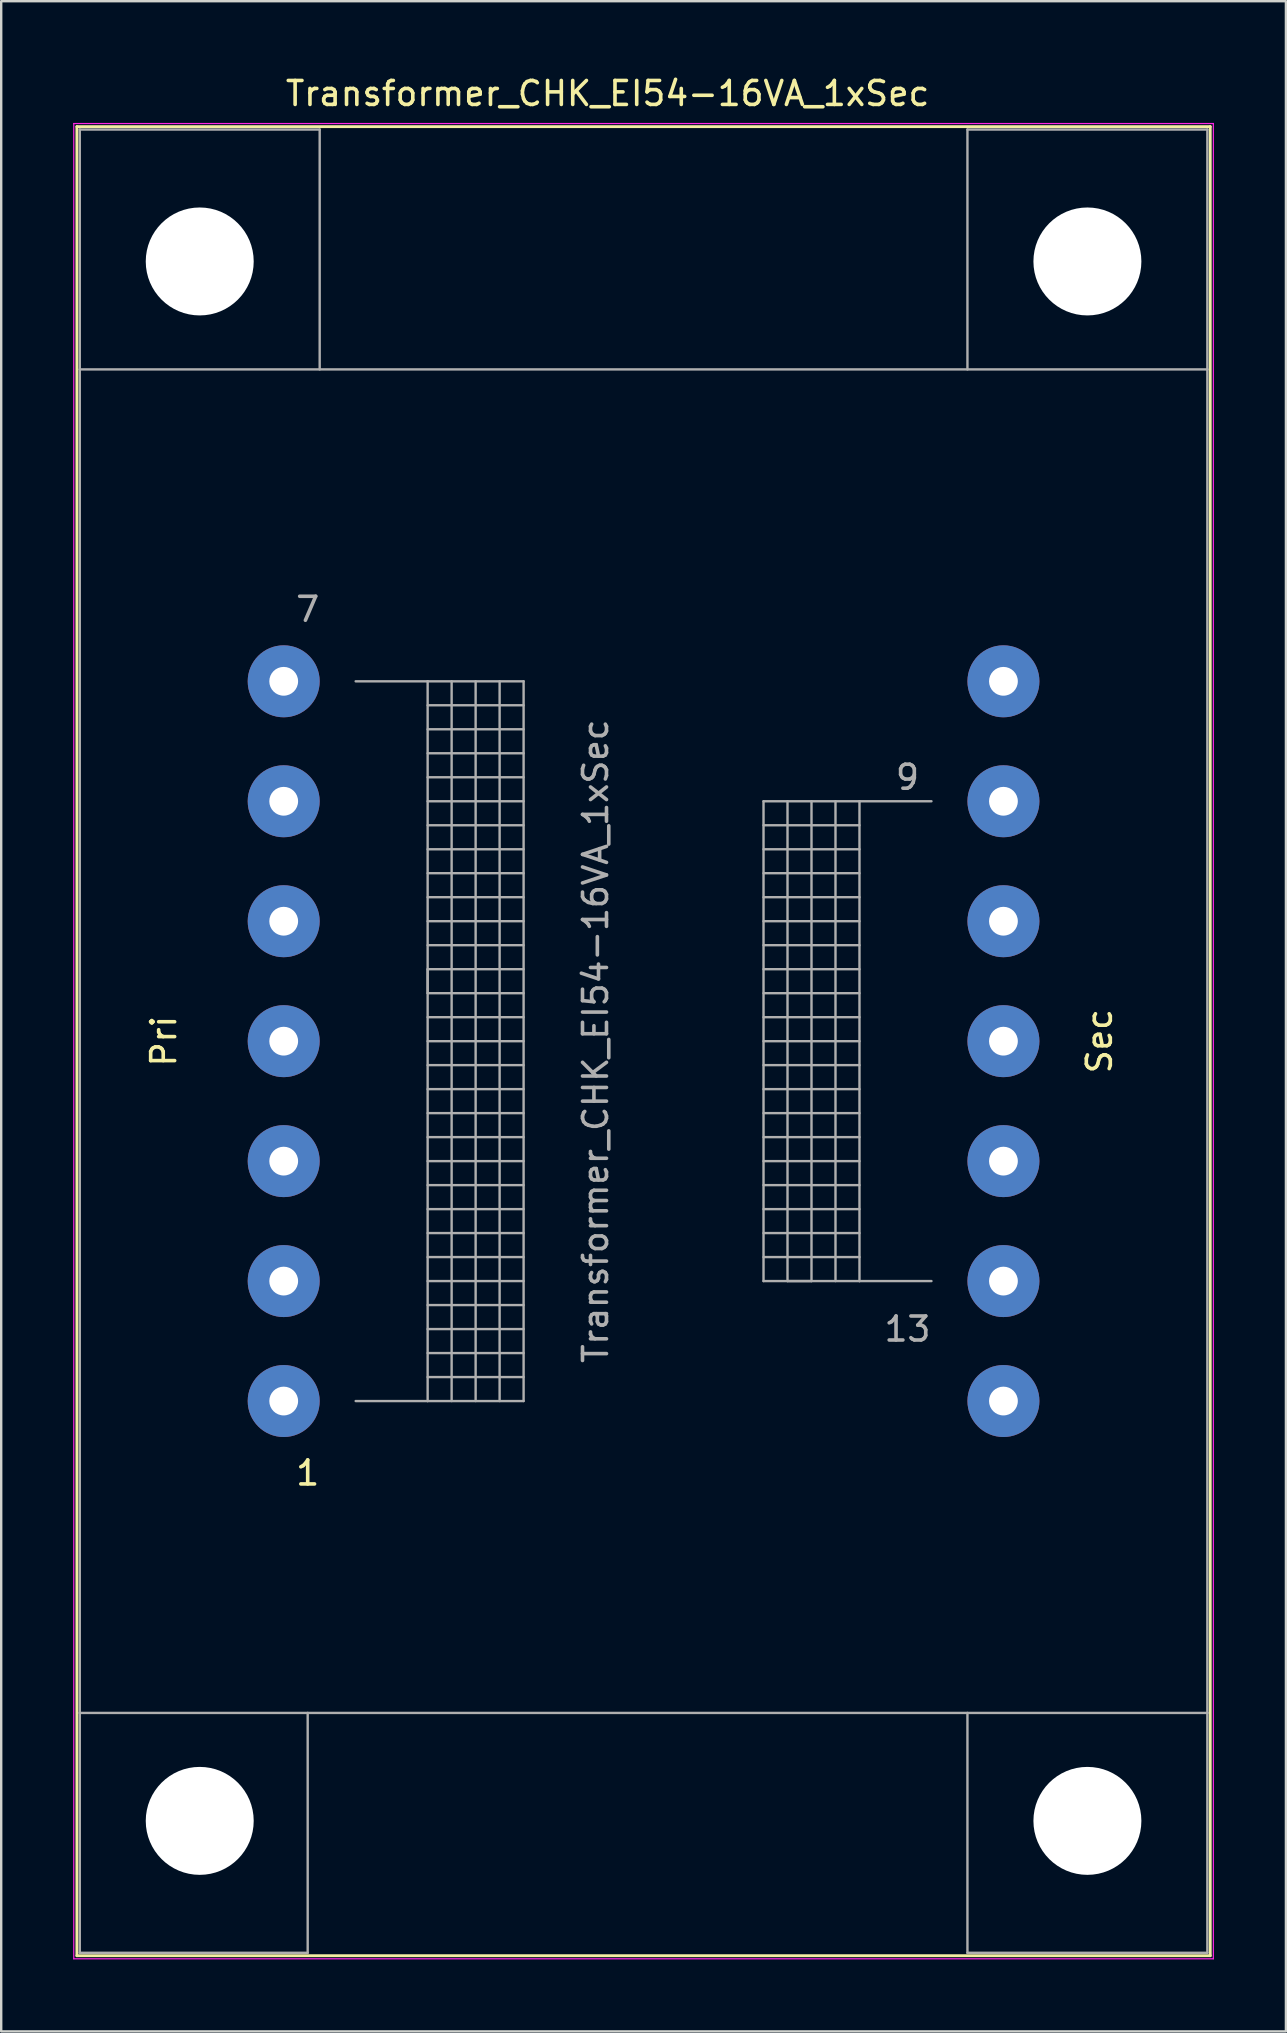
<source format=kicad_pcb>
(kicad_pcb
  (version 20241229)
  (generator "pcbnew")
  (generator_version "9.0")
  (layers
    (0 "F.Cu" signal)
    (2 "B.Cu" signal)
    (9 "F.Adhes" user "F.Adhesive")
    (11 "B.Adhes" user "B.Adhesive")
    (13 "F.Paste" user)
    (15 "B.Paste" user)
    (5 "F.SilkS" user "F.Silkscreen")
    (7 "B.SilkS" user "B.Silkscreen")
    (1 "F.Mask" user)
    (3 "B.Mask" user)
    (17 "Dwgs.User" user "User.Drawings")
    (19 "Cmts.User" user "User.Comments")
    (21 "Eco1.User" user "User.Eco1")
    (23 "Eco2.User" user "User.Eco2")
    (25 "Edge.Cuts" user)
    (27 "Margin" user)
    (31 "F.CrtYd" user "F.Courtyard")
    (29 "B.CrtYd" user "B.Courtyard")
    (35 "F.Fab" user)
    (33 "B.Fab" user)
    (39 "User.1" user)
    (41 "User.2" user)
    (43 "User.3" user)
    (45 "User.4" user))
  (footprint "Transformer_CHK_EI54-16VA_1xSec"
    (layer "F.Cu")
    (at 8.775 55.348)
    (property "Reference" "Transformer_CHK_EI54-16VA_1xSec" (at 13.5 -54.5 0) (layer "F.SilkS") (effects (font (size 1 1) (thickness 0.15))))
    (attr through_hole)
    (fp_line (start -8.62 -53.12) (end -8.62 23.12) (stroke (width 0.12) (type solid)) (layer "F.SilkS"))
    (fp_line (start -8.62 -53.12) (end 38.62 -53.12) (stroke (width 0.12) (type solid)) (layer "F.SilkS"))
    (fp_line (start 38.62 23.12) (end -8.62 23.12) (stroke (width 0.12) (type solid)) (layer "F.SilkS"))
    (fp_line (start 38.62 23.12) (end 38.62 -53.12) (stroke (width 0.12) (type solid)) (layer "F.SilkS"))
    (fp_line (start -8.75 -53.25) (end -8.75 23.25) (stroke (width 0.05) (type solid)) (layer "F.CrtYd"))
    (fp_line (start -8.75 -53.25) (end 38.75 -53.25) (stroke (width 0.05) (type solid)) (layer "F.CrtYd"))
    (fp_line (start 38.75 23.25) (end -8.75 23.25) (stroke (width 0.05) (type solid)) (layer "F.CrtYd"))
    (fp_line (start 38.75 23.25) (end 38.75 -53.25) (stroke (width 0.05) (type solid)) (layer "F.CrtYd"))
    (fp_line (start -8.5 -53) (end 1.5 -53) (stroke (width 0.1) (type solid)) (layer "F.Fab"))
    (fp_line (start -8.5 -43) (end -8.5 -53) (stroke (width 0.1) (type solid)) (layer "F.Fab"))
    (fp_line (start -8.5 -43) (end -8.5 13) (stroke (width 0.1) (type solid)) (layer "F.Fab"))
    (fp_line (start -8.5 13) (end -8.5 23) (stroke (width 0.1) (type solid)) (layer "F.Fab"))
    (fp_line (start -8.5 13) (end 38.5 13) (stroke (width 0.1) (type solid)) (layer "F.Fab"))
    (fp_line (start -8.5 23) (end 1 23) (stroke (width 0.1) (type solid)) (layer "F.Fab"))
    (fp_line (start 1 23) (end 1 13) (stroke (width 0.1) (type solid)) (layer "F.Fab"))
    (fp_line (start 1.5 -53) (end 1.5 -43) (stroke (width 0.1) (type solid)) (layer "F.Fab"))
    (fp_line (start 3 -30) (end 6 -30) (stroke (width 0.1) (type solid)) (layer "F.Fab"))
    (fp_line (start 6 -30) (end 6 0) (stroke (width 0.1) (type solid)) (layer "F.Fab"))
    (fp_line (start 6 -30) (end 10 -30) (stroke (width 0.1) (type solid)) (layer "F.Fab"))
    (fp_line (start 6 -29) (end 10 -29) (stroke (width 0.1) (type solid)) (layer "F.Fab"))
    (fp_line (start 6 -27) (end 10 -27) (stroke (width 0.1) (type solid)) (layer "F.Fab"))
    (fp_line (start 6 -25) (end 10 -25) (stroke (width 0.1) (type solid)) (layer "F.Fab"))
    (fp_line (start 6 -23) (end 10 -23) (stroke (width 0.1) (type solid)) (layer "F.Fab"))
    (fp_line (start 6 -21) (end 10 -21) (stroke (width 0.1) (type solid)) (layer "F.Fab"))
    (fp_line (start 6 -19) (end 10 -19) (stroke (width 0.1) (type solid)) (layer "F.Fab"))
    (fp_line (start 6 -18) (end 6 -17) (stroke (width 0.1) (type solid)) (layer "F.Fab"))
    (fp_line (start 6 -17) (end 10 -17) (stroke (width 0.1) (type solid)) (layer "F.Fab"))
    (fp_line (start 6 -15) (end 10 -15) (stroke (width 0.1) (type solid)) (layer "F.Fab"))
    (fp_line (start 6 -13) (end 10 -13) (stroke (width 0.1) (type solid)) (layer "F.Fab"))
    (fp_line (start 6 -11) (end 10 -11) (stroke (width 0.1) (type solid)) (layer "F.Fab"))
    (fp_line (start 6 -9) (end 10 -9) (stroke (width 0.1) (type solid)) (layer "F.Fab"))
    (fp_line (start 6 -7) (end 10 -7) (stroke (width 0.1) (type solid)) (layer "F.Fab"))
    (fp_line (start 6 -5) (end 10 -5) (stroke (width 0.1) (type solid)) (layer "F.Fab"))
    (fp_line (start 6 -3) (end 10 -3) (stroke (width 0.1) (type solid)) (layer "F.Fab"))
    (fp_line (start 6 -1) (end 10 -1) (stroke (width 0.1) (type solid)) (layer "F.Fab"))
    (fp_line (start 6 0) (end 3 0) (stroke (width 0.1) (type solid)) (layer "F.Fab"))
    (fp_line (start 7 0) (end 7 -30) (stroke (width 0.1) (type solid)) (layer "F.Fab"))
    (fp_line (start 8 -30) (end 8 0) (stroke (width 0.1) (type solid)) (layer "F.Fab"))
    (fp_line (start 9 0) (end 9 -30) (stroke (width 0.1) (type solid)) (layer "F.Fab"))
    (fp_line (start 10 -30) (end 10 0) (stroke (width 0.1) (type solid)) (layer "F.Fab"))
    (fp_line (start 10 -28) (end 6 -28) (stroke (width 0.1) (type solid)) (layer "F.Fab"))
    (fp_line (start 10 -26) (end 6 -26) (stroke (width 0.1) (type solid)) (layer "F.Fab"))
    (fp_line (start 10 -24) (end 6 -24) (stroke (width 0.1) (type solid)) (layer "F.Fab"))
    (fp_line (start 10 -22) (end 6 -22) (stroke (width 0.1) (type solid)) (layer "F.Fab"))
    (fp_line (start 10 -20) (end 6 -20) (stroke (width 0.1) (type solid)) (layer "F.Fab"))
    (fp_line (start 10 -18) (end 6 -18) (stroke (width 0.1) (type solid)) (layer "F.Fab"))
    (fp_line (start 10 -16) (end 6 -16) (stroke (width 0.1) (type solid)) (layer "F.Fab"))
    (fp_line (start 10 -14) (end 6 -14) (stroke (width 0.1) (type solid)) (layer "F.Fab"))
    (fp_line (start 10 -12) (end 6 -12) (stroke (width 0.1) (type solid)) (layer "F.Fab"))
    (fp_line (start 10 -10) (end 6 -10) (stroke (width 0.1) (type solid)) (layer "F.Fab"))
    (fp_line (start 10 -8) (end 6 -8) (stroke (width 0.1) (type solid)) (layer "F.Fab"))
    (fp_line (start 10 -6) (end 6 -6) (stroke (width 0.1) (type solid)) (layer "F.Fab"))
    (fp_line (start 10 -4) (end 6 -4) (stroke (width 0.1) (type solid)) (layer "F.Fab"))
    (fp_line (start 10 -2) (end 6 -2) (stroke (width 0.1) (type solid)) (layer "F.Fab"))
    (fp_line (start 10 0) (end 6 0) (stroke (width 0.1) (type solid)) (layer "F.Fab"))
    (fp_line (start 20 -25) (end 20 -5) (stroke (width 0.1) (type solid)) (layer "F.Fab"))
    (fp_line (start 20 -24) (end 24 -24) (stroke (width 0.1) (type solid)) (layer "F.Fab"))
    (fp_line (start 20 -22) (end 24 -22) (stroke (width 0.1) (type solid)) (layer "F.Fab"))
    (fp_line (start 20 -20) (end 24 -20) (stroke (width 0.1) (type solid)) (layer "F.Fab"))
    (fp_line (start 20 -18) (end 24 -18) (stroke (width 0.1) (type solid)) (layer "F.Fab"))
    (fp_line (start 20 -16) (end 24 -16) (stroke (width 0.1) (type solid)) (layer "F.Fab"))
    (fp_line (start 20 -14) (end 24 -14) (stroke (width 0.1) (type solid)) (layer "F.Fab"))
    (fp_line (start 20 -12) (end 24 -12) (stroke (width 0.1) (type solid)) (layer "F.Fab"))
    (fp_line (start 20 -10) (end 24 -10) (stroke (width 0.1) (type solid)) (layer "F.Fab"))
    (fp_line (start 20 -8) (end 24 -8) (stroke (width 0.1) (type solid)) (layer "F.Fab"))
    (fp_line (start 20 -6) (end 24 -6) (stroke (width 0.1) (type solid)) (layer "F.Fab"))
    (fp_line (start 20 -5) (end 24 -5) (stroke (width 0.1) (type solid)) (layer "F.Fab"))
    (fp_line (start 21 -5) (end 21 -25) (stroke (width 0.1) (type solid)) (layer "F.Fab"))
    (fp_line (start 22 -25) (end 22 -5) (stroke (width 0.1) (type solid)) (layer "F.Fab"))
    (fp_line (start 22 -5) (end 21 -5) (stroke (width 0.1) (type solid)) (layer "F.Fab"))
    (fp_line (start 23 -5) (end 23 -25) (stroke (width 0.1) (type solid)) (layer "F.Fab"))
    (fp_line (start 24 -25) (end 20 -25) (stroke (width 0.1) (type solid)) (layer "F.Fab"))
    (fp_line (start 24 -25) (end 24 -5) (stroke (width 0.1) (type solid)) (layer "F.Fab"))
    (fp_line (start 24 -23) (end 20 -23) (stroke (width 0.1) (type solid)) (layer "F.Fab"))
    (fp_line (start 24 -21) (end 20 -21) (stroke (width 0.1) (type solid)) (layer "F.Fab"))
    (fp_line (start 24 -19) (end 20 -19) (stroke (width 0.1) (type solid)) (layer "F.Fab"))
    (fp_line (start 24 -17) (end 20 -17) (stroke (width 0.1) (type solid)) (layer "F.Fab"))
    (fp_line (start 24 -15) (end 20 -15) (stroke (width 0.1) (type solid)) (layer "F.Fab"))
    (fp_line (start 24 -13) (end 20 -13) (stroke (width 0.1) (type solid)) (layer "F.Fab"))
    (fp_line (start 24 -11) (end 20 -11) (stroke (width 0.1) (type solid)) (layer "F.Fab"))
    (fp_line (start 24 -9) (end 20 -9) (stroke (width 0.1) (type solid)) (layer "F.Fab"))
    (fp_line (start 24 -7) (end 20 -7) (stroke (width 0.1) (type solid)) (layer "F.Fab"))
    (fp_line (start 24 -5) (end 27 -5) (stroke (width 0.1) (type solid)) (layer "F.Fab"))
    (fp_line (start 27 -25) (end 24 -25) (stroke (width 0.1) (type solid)) (layer "F.Fab"))
    (fp_line (start 28.5 -53) (end 28.5 -43) (stroke (width 0.1) (type solid)) (layer "F.Fab"))
    (fp_line (start 28.5 23) (end 28.5 13) (stroke (width 0.1) (type solid)) (layer "F.Fab"))
    (fp_line (start 38.5 -53) (end 28.5 -53) (stroke (width 0.1) (type solid)) (layer "F.Fab"))
    (fp_line (start 38.5 -43) (end -8.5 -43) (stroke (width 0.1) (type solid)) (layer "F.Fab"))
    (fp_line (start 38.5 -43) (end 38.5 -53) (stroke (width 0.1) (type solid)) (layer "F.Fab"))
    (fp_line (start 38.5 13) (end 38.5 -43) (stroke (width 0.1) (type solid)) (layer "F.Fab"))
    (fp_line (start 38.5 13) (end 38.5 23) (stroke (width 0.1) (type solid)) (layer "F.Fab"))
    (fp_line (start 38.5 23) (end 28.5 23) (stroke (width 0.1) (type solid)) (layer "F.Fab"))
    (fp_text user "Pri" (at -5 -15 90) (layer "F.SilkS") (effects (font (size 1 1) (thickness 0.15))))
    (fp_text user "1" (at 1 3 0) (layer "F.SilkS") (effects (font (size 1 1) (thickness 0.15))))
    (fp_text user "Sec" (at 34 -15 90) (layer "F.SilkS") (effects (font (size 1 1) (thickness 0.15))))
    (fp_text user "13" (at 26 -3 0) (layer "F.Fab") (effects (font (size 1 1) (thickness 0.15))))
    (fp_text user "7" (at 1 -33 0) (layer "F.Fab") (effects (font (size 1 1) (thickness 0.15))))
    (fp_text user "9" (at 26 -26 0) (layer "F.Fab") (effects (font (size 1 1) (thickness 0.15))))
    (fp_text user "${REFERENCE}" (at 13 -15 90) (layer "F.Fab") (effects (font (size 1 1) (thickness 0.15))))
    (pad "" np_thru_hole circle (at -3.5 -47.5) (size 4.5 4.5) (drill 4.5) (layers "*.Cu" "*.Mask"))
    (pad "" np_thru_hole circle (at -3.5 17.5) (size 4.5 4.5) (drill 4.5) (layers "*.Cu" "*.Mask"))
    (pad "" np_thru_hole circle (at 33.5 -47.5) (size 4.5 4.5) (drill 4.5) (layers "*.Cu" "*.Mask"))
    (pad "" np_thru_hole circle (at 33.5 17.5) (size 4.5 4.5) (drill 4.5) (layers "*.Cu" "*.Mask"))
    (pad "1" thru_hole circle (at 0 0) (size 3 3) (drill 1.2) (layers "*.Cu" "*.Mask"))
    (pad "2" thru_hole circle (at 0 -5) (size 3 3) (drill 1.2) (layers "*.Cu" "*.Mask"))
    (pad "3" thru_hole circle (at 0 -10) (size 3 3) (drill 1.2) (layers "*.Cu" "*.Mask"))
    (pad "4" thru_hole circle (at 0 -15) (size 3 3) (drill 1.2) (layers "*.Cu" "*.Mask"))
    (pad "5" thru_hole circle (at 0 -20) (size 3 3) (drill 1.2) (layers "*.Cu" "*.Mask"))
    (pad "6" thru_hole circle (at 0 -25) (size 3 3) (drill 1.2) (layers "*.Cu" "*.Mask"))
    (pad "7" thru_hole circle (at 0 -30) (size 3 3) (drill 1.2) (layers "*.Cu" "*.Mask"))
    (pad "8" thru_hole circle (at 30 -30) (size 3 3) (drill 1.2) (layers "*.Cu" "*.Mask"))
    (pad "9" thru_hole circle (at 30 -25) (size 3 3) (drill 1.2) (layers "*.Cu" "*.Mask"))
    (pad "10" thru_hole circle (at 30 -20) (size 3 3) (drill 1.2) (layers "*.Cu" "*.Mask"))
    (pad "11" thru_hole circle (at 30 -15) (size 3 3) (drill 1.2) (layers "*.Cu" "*.Mask"))
    (pad "12" thru_hole circle (at 30 -10) (size 3 3) (drill 1.2) (layers "*.Cu" "*.Mask"))
    (pad "13" thru_hole circle (at 30 -5) (size 3 3) (drill 1.2) (layers "*.Cu" "*.Mask"))
    (pad "14" thru_hole circle (at 30 0) (size 3 3) (drill 1.2) (layers "*.Cu" "*.Mask")))
  (gr_rect
    (start -3 -3)
    (end 50.55 81.623)
    (stroke (width 0.1) (type default))
    (fill no)
    (layer "Edge.Cuts")))
</source>
